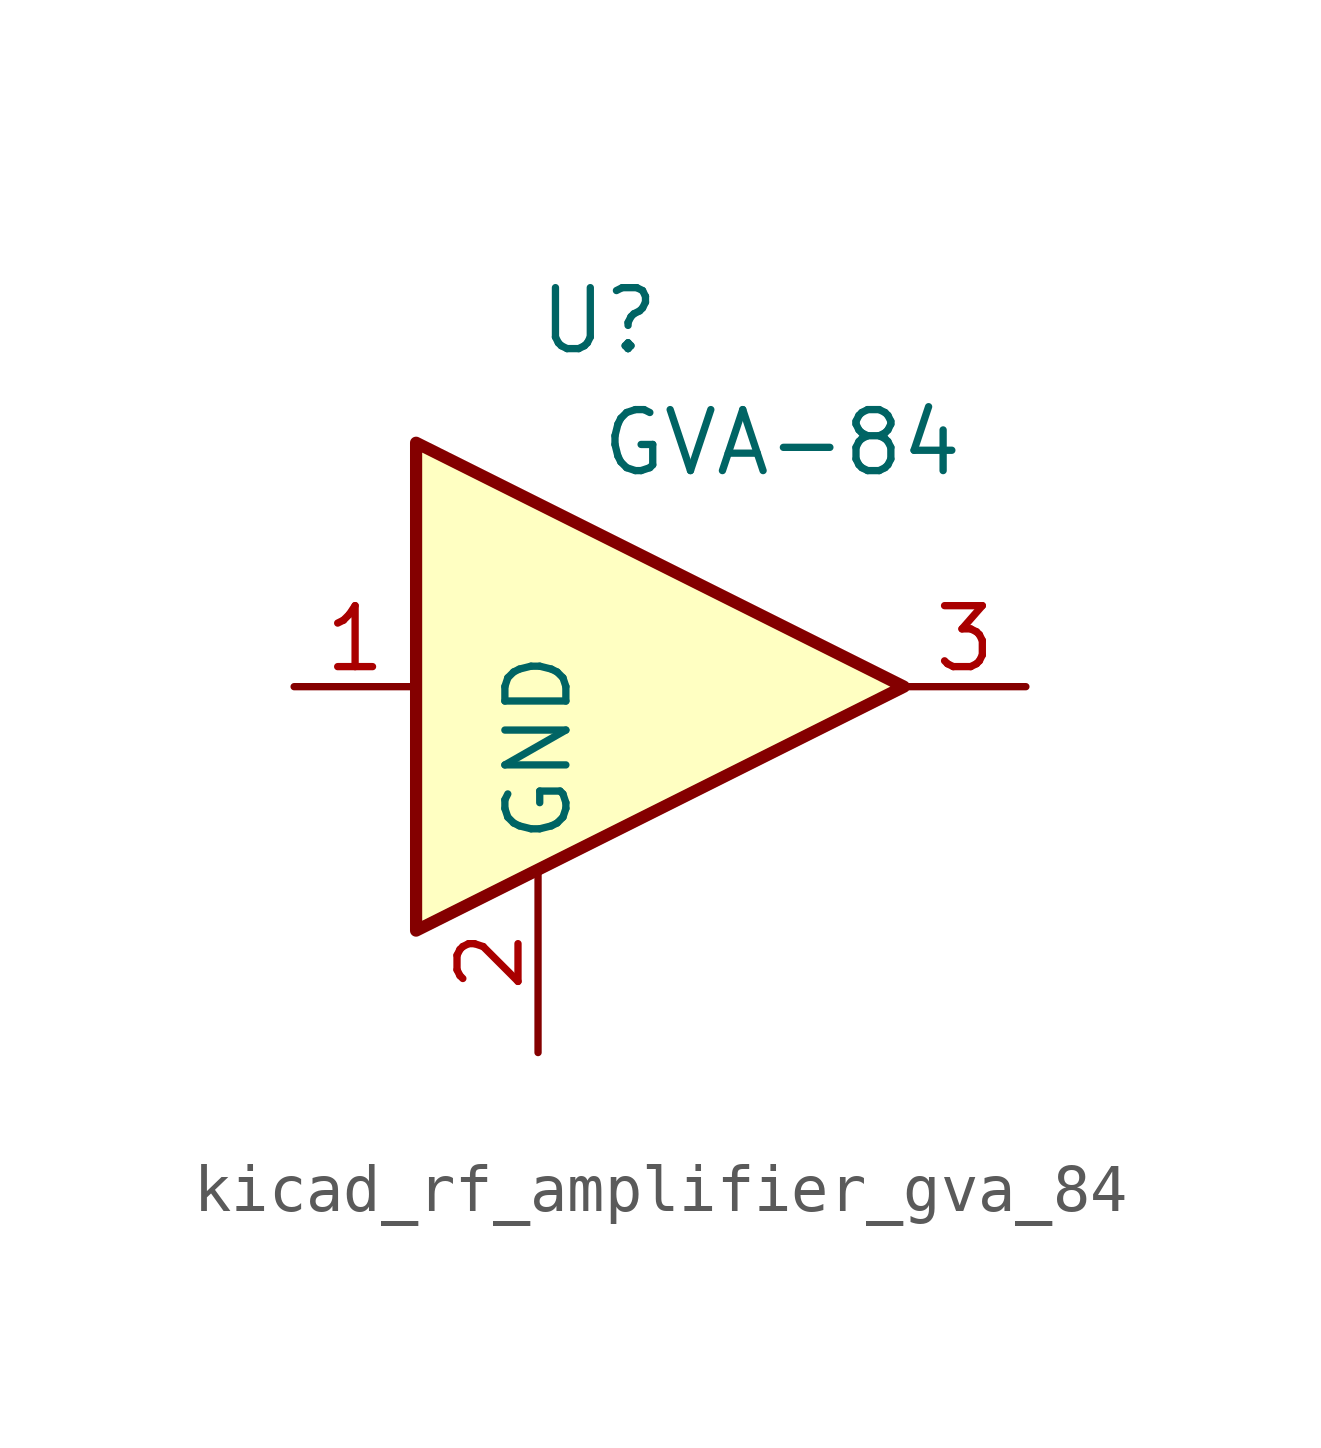
<source format=kicad_sym>
(kicad_symbol_lib
  (version 20220914)
  (generator kicad_symbol_editor)
  (symbol "kicad_rf_amplifier_gva_84"
    (property "Reference" "U"
      (at -1.27 7.62 0)
      (effects (font (size 1.27 1.27))))
    (property "Value" "GVA-84"
      (at 2.54 5.08 0)
      (effects (font (size 1.27 1.27))))
    (symbol "kicad_rf_amplifier_gva_84_0_1"
      (polyline (pts (xy 5.08 0) (xy -5.08 5.08) (xy -5.08 -5.08) (xy 5.08 0)) (stroke (width 0.254) (type default)) (fill (type background))))
    (symbol "kicad_rf_amplifier_gva_84_1_1"
      (pin input line (at -7.62 0 0) (length 2.54) (name "~" (effects (font (size 1.27 1.27)))) (number "1" (effects (font (size 1.27 1.27)))))
      (pin power_in line (at -2.54 -7.62 90) (length 3.81) (name "GND" (effects (font (size 1.27 1.27)))) (number "2" (effects (font (size 1.27 1.27)))))
      (pin output line (at 7.62 0 180) (length 2.54) (name "~" (effects (font (size 1.27 1.27)))) (number "3" (effects (font (size 1.27 1.27))))))))
</source>
